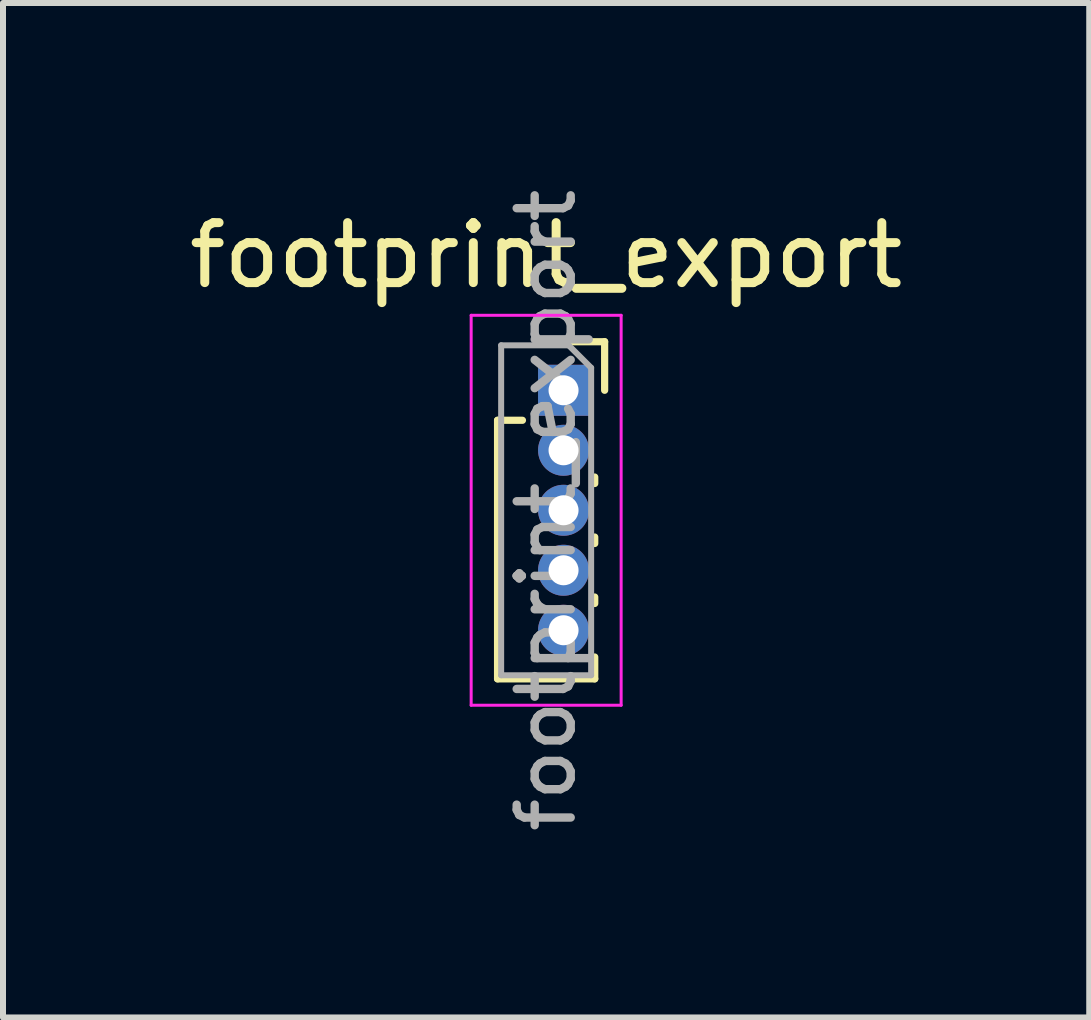
<source format=kicad_pcb>
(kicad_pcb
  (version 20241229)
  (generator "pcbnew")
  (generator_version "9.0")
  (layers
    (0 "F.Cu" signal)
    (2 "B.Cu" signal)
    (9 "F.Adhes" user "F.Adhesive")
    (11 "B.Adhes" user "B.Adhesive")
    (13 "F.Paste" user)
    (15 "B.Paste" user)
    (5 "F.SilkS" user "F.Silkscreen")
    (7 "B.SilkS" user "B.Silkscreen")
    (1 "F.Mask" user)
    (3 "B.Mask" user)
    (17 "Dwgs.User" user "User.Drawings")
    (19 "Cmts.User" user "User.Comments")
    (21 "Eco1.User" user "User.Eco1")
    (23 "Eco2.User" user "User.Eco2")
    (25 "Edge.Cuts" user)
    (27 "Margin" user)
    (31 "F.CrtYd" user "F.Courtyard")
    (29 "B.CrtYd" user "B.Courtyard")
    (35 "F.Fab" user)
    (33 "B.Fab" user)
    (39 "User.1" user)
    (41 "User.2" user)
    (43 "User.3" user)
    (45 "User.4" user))
  (footprint "footprint_export"
    (layer "F.Cu")
    (at 6.344 3.456)
    (property "Reference" "footprint_export" (at -0.29 -2.25 0) (layer "F.SilkS") (effects (font (size 1 1) (thickness 0.15))))
    (attr through_hole)
    (fp_line (start -1.1 0.5) (end -1.1 4.81) (stroke (width 0.12) (type solid)) (layer "F.SilkS"))
    (fp_line (start -1.1 0.5) (end -0.685 0.5) (stroke (width 0.12) (type solid)) (layer "F.SilkS"))
    (fp_line (start -1.1 4.81) (end 0.52 4.81) (stroke (width 0.12) (type solid)) (layer "F.SilkS"))
    (fp_line (start 0 -0.81) (end 0.685 -0.81) (stroke (width 0.12) (type solid)) (layer "F.SilkS"))
    (fp_line (start 0.52 1.446) (end 0.52 1.554) (stroke (width 0.12) (type solid)) (layer "F.SilkS"))
    (fp_line (start 0.52 2.446) (end 0.52 2.554) (stroke (width 0.12) (type solid)) (layer "F.SilkS"))
    (fp_line (start 0.52 3.446) (end 0.52 3.554) (stroke (width 0.12) (type solid)) (layer "F.SilkS"))
    (fp_line (start 0.52 4.446) (end 0.52 4.81) (stroke (width 0.12) (type solid)) (layer "F.SilkS"))
    (fp_line (start 0.685 -0.81) (end 0.685 0) (stroke (width 0.12) (type solid)) (layer "F.SilkS"))
    (fp_line (start -1.54 -1.25) (end 0.96 -1.25) (stroke (width 0.05) (type solid)) (layer "F.CrtYd"))
    (fp_line (start -1.54 5.25) (end -1.54 -1.25) (stroke (width 0.05) (type solid)) (layer "F.CrtYd"))
    (fp_line (start 0.96 -1.25) (end 0.96 5.25) (stroke (width 0.05) (type solid)) (layer "F.CrtYd"))
    (fp_line (start 0.96 5.25) (end -1.54 5.25) (stroke (width 0.05) (type solid)) (layer "F.CrtYd"))
    (fp_line (start -1.04 -0.75) (end 0.085 -0.75) (stroke (width 0.1) (type solid)) (layer "F.Fab"))
    (fp_line (start -1.04 4.75) (end -1.04 -0.75) (stroke (width 0.1) (type solid)) (layer "F.Fab"))
    (fp_line (start 0.085 -0.75) (end 0.46 -0.375) (stroke (width 0.1) (type solid)) (layer "F.Fab"))
    (fp_line (start 0.46 -0.375) (end 0.46 4.75) (stroke (width 0.1) (type solid)) (layer "F.Fab"))
    (fp_line (start 0.46 4.75) (end -1.04 4.75) (stroke (width 0.1) (type solid)) (layer "F.Fab"))
    (fp_text user "${REFERENCE}" (at -0.29 2 90) (layer "F.Fab") (effects (font (size 0.9 0.9) (thickness 0.14))))
    (pad "1" thru_hole rect (at 0 0) (size 0.85 0.85) (drill 0.5) (layers "*.Cu" "*.Mask"))
    (pad "2" thru_hole oval (at 0 1) (size 0.85 0.85) (drill 0.5) (layers "*.Cu" "*.Mask"))
    (pad "3" thru_hole oval (at 0 2) (size 0.85 0.85) (drill 0.5) (layers "*.Cu" "*.Mask"))
    (pad "4" thru_hole oval (at 0 3) (size 0.85 0.85) (drill 0.5) (layers "*.Cu" "*.Mask"))
    (pad "5" thru_hole oval (at 0 4) (size 0.85 0.85) (drill 0.5) (layers "*.Cu" "*.Mask")))
  (gr_rect
    (start -3 -3)
    (end 15.107 13.911)
    (stroke (width 0.1) (type default))
    (fill no)
    (layer "Edge.Cuts")))
</source>
